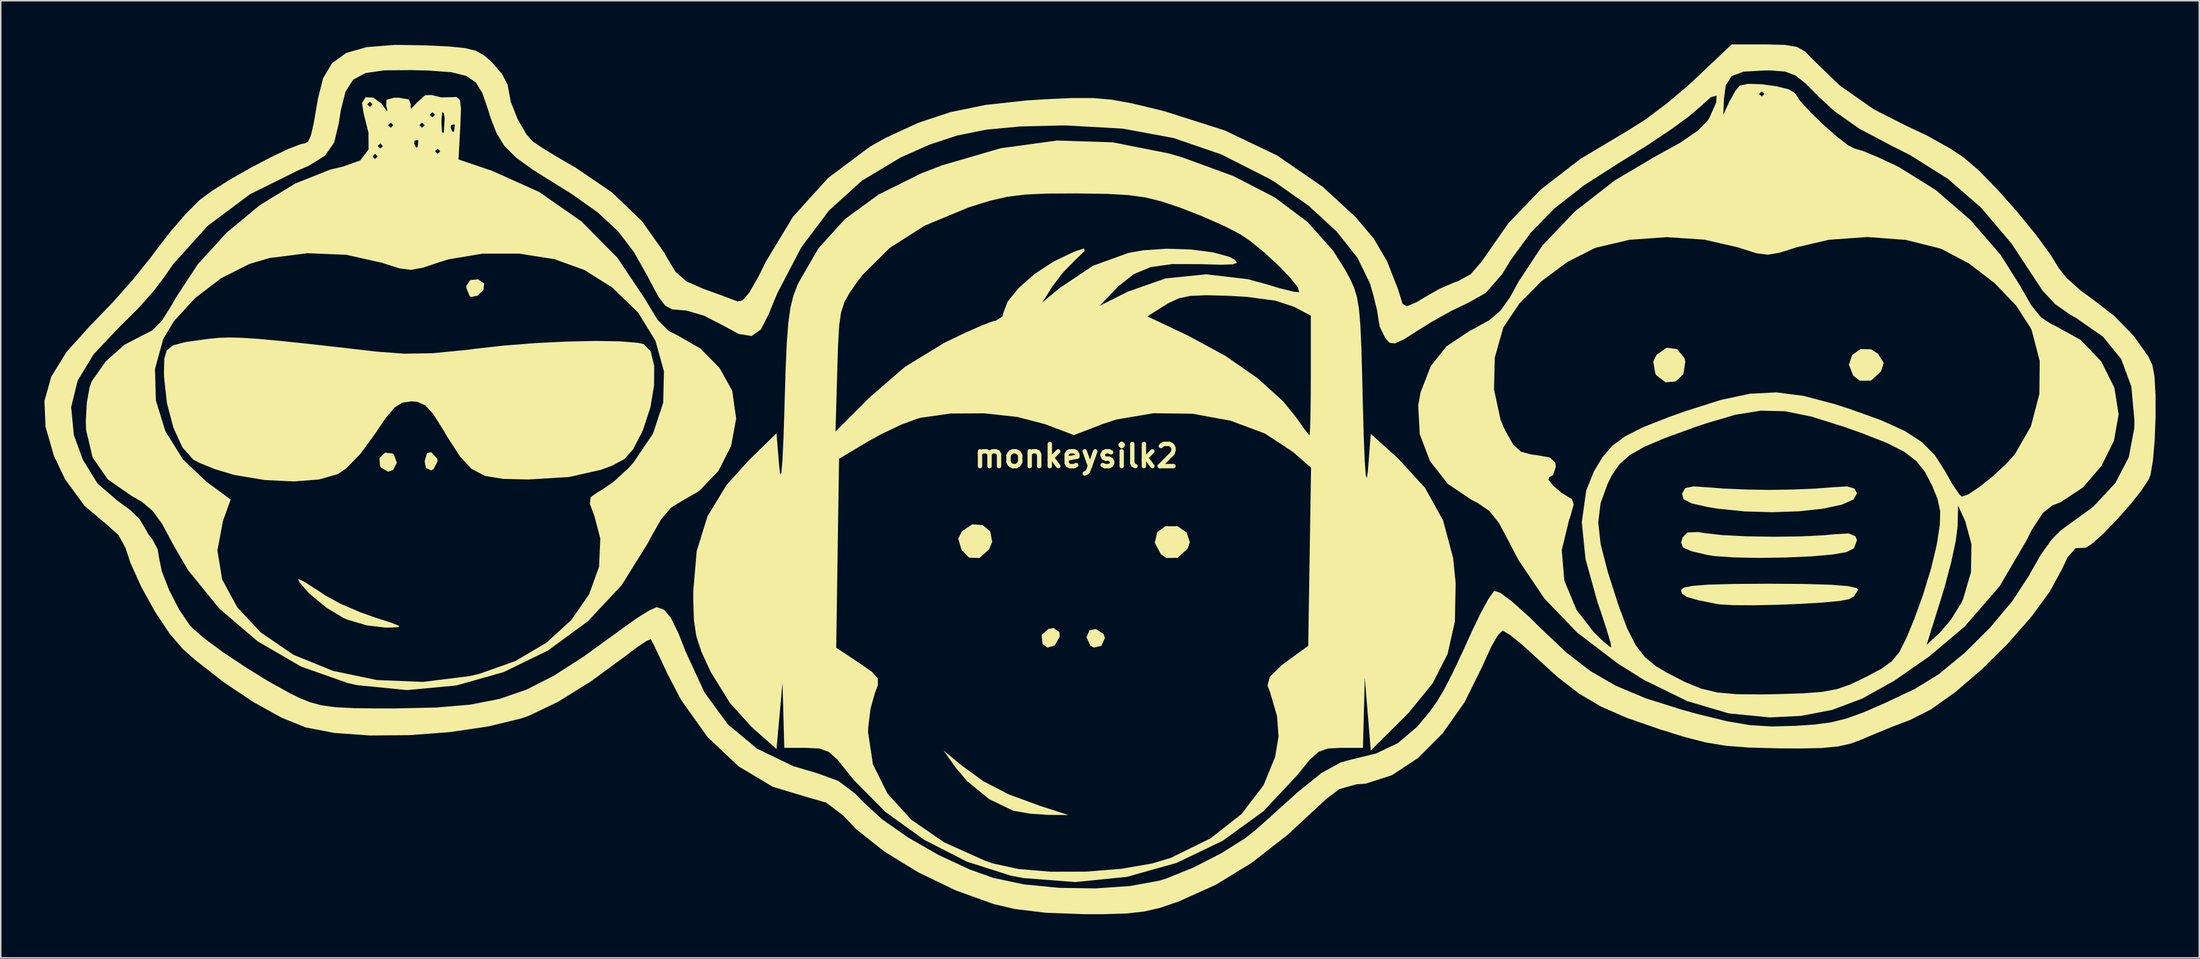
<source format=kicad_pcb>
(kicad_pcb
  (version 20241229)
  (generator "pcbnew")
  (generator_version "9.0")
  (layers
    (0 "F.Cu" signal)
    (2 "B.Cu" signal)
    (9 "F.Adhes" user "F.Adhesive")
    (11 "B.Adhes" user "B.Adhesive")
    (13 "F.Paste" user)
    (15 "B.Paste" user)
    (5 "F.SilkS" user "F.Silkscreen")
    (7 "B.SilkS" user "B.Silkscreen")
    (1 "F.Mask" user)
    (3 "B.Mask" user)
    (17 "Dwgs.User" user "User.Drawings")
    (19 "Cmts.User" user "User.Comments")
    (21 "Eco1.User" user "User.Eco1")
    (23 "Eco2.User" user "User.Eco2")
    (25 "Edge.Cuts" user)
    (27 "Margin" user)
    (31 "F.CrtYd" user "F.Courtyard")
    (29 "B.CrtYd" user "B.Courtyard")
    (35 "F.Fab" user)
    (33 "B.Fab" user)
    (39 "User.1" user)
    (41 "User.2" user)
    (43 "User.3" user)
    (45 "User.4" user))
  (footprint "monkeysilk2"
    (layer "F.Cu")
    (at 70.808 28.262)
    (property "Reference" "monkeysilk2" (at 0 0 0) (layer "F.SilkS") (effects (font (size 1.524 1.524) (thickness 0.3))))
    (attr board_only exclude_from_pos_files exclude_from_bom)
    (fp_poly (pts (xy -43.856 0.171) (xy -43.824 0.358) (xy -44.106 0.895) (xy -44.271 0.984) (xy -44.63 0.818) (xy -44.718 0.358) (xy -44.553 -0.21) (xy -44.271 -0.268)) (stroke (width 0) (type solid)) (fill yes) (layer "F.SilkS"))
    (fp_poly (pts (xy -1.153 12.079) (xy -1.136 12.402) (xy -1.467 12.998) (xy -1.976 13.152) (xy -2.314 12.898) (xy -2.373 12.284) (xy -1.903 11.862) (xy -1.563 11.806)) (stroke (width 0) (type solid)) (fill yes) (layer "F.SilkS"))
    (fp_poly (pts (xy 1.874 12.215) (xy 1.968 12.496) (xy 1.72 13.029) (xy 1.206 13.15) (xy 0.961 13.006) (xy 0.703 12.433) (xy 0.904 11.965) (xy 1.342 11.874)) (stroke (width 0) (type solid)) (fill yes) (layer "F.SilkS"))
    (fp_poly (pts (xy -46.923 -0.183) (xy -46.824 -0.103) (xy -46.624 0.461) (xy -46.885 0.96) (xy -47.223 1.073) (xy -47.681 0.813) (xy -47.778 0.684) (xy -47.82 0.139) (xy -47.442 -0.227)) (stroke (width 0) (type solid)) (fill yes) (layer "F.SilkS"))
    (fp_poly (pts (xy -40.629 -11.846) (xy -40.681 -11.413) (xy -41.082 -11.015) (xy -41.532 -10.917) (xy -41.621 -10.974) (xy -41.843 -11.513) (xy -41.856 -11.686) (xy -41.592 -12.081) (xy -41.05 -12.135)) (stroke (width 0) (type solid)) (fill yes) (layer "F.SilkS"))
    (fp_poly (pts (xy -6.419 4.737) (xy -5.898 5.18) (xy -5.77 5.887) (xy -5.974 6.399) (xy -6.643 7) (xy -7.364 6.97) (xy -7.871 6.438) (xy -8.095 5.683) (xy -7.851 5.164) (xy -7.136 4.689)) (stroke (width 0) (type solid)) (fill yes) (layer "F.SilkS"))
    (fp_poly (pts (xy 6.955 4.818) (xy 7.577 5.248) (xy 7.795 5.914) (xy 7.647 6.357) (xy 6.955 6.99) (xy 6.18 6.995) (xy 5.806 6.736) (xy 5.394 5.959) (xy 5.554 5.223) (xy 6.122 4.817)) (stroke (width 0) (type solid)) (fill yes) (layer "F.SilkS"))
    (fp_poly (pts (xy 54.555 -7.33) (xy 55.025 -7.018) (xy 55.413 -6.401) (xy 55.227 -5.807) (xy 54.537 -5.174) (xy 53.771 -5.174) (xy 53.321 -5.525) (xy 53.023 -6.282) (xy 53.252 -6.944) (xy 53.824 -7.347)) (stroke (width 0) (type solid)) (fill yes) (layer "F.SilkS"))
    (fp_poly (pts (xy 41.245 -7.339) (xy 41.739 -6.728) (xy 41.798 -6.476) (xy 41.667 -5.623) (xy 41.141 -5.122) (xy 40.45 -5.063) (xy 39.821 -5.534) (xy 39.736 -5.675) (xy 39.6 -6.498) (xy 39.837 -6.966) (xy 40.521 -7.44)) (stroke (width 0) (type solid)) (fill yes) (layer "F.SilkS"))
    (fp_poly (pts (xy -7.908 21.209) (xy -6.352 22.339) (xy -4.608 23.237) (xy -2.504 24.011) (xy -0.537 24.646) (xy -1.968 24.635) (xy -3.175 24.551) (xy -4.254 24.363) (xy -4.368 24.331) (xy -5.977 23.555) (xy -7.496 22.311) (xy -8.294 21.361) (xy -9.105 20.213)) (stroke (width 0) (type solid)) (fill yes) (layer "F.SilkS"))
    (fp_poly (pts (xy -53.021 8.602) (xy -52.117 9.177) (xy -51.549 9.559) (xy -50.525 10.123) (xy -49.16 10.715) (xy -48.15 11.074) (xy -46.993 11.447) (xy -46.464 11.655) (xy -46.512 11.748) (xy -47.083 11.774) (xy -47.401 11.778) (xy -48.683 11.624) (xy -50.024 11.23) (xy -50.263 11.127) (xy -51.469 10.402) (xy -52.6 9.465) (xy -52.768 9.291) (xy -53.307 8.668) (xy -53.404 8.435)) (stroke (width 0) (type solid)) (fill yes) (layer "F.SilkS"))
    (fp_poly (pts (xy 43.299 2.145) (xy 44.489 2.235) (xy 46.049 2.299) (xy 47.58 2.323) (xy 49.17 2.298) (xy 50.723 2.233) (xy 51.862 2.145) (xy 52.893 2.084) (xy 53.409 2.23) (xy 53.58 2.554) (xy 53.339 2.986) (xy 52.512 3.344) (xy 51.225 3.616) (xy 49.605 3.79) (xy 47.779 3.855) (xy 45.872 3.8) (xy 44.011 3.611) (xy 43.356 3.504) (xy 42.224 3.246) (xy 41.674 2.96) (xy 41.577 2.576) (xy 41.579 2.563) (xy 41.794 2.199) (xy 42.359 2.081)) (stroke (width 0) (type solid)) (fill yes) (layer "F.SilkS"))
    (fp_poly (pts (xy 43.179 5.296) (xy 44.353 5.428) (xy 46 5.51) (xy 47.878 5.539) (xy 49.748 5.514) (xy 51.369 5.433) (xy 52.043 5.366) (xy 53.008 5.312) (xy 53.468 5.503) (xy 53.581 5.767) (xy 53.373 6.327) (xy 52.874 6.589) (xy 51.908 6.759) (xy 50.441 6.886) (xy 48.686 6.964) (xy 46.856 6.991) (xy 45.165 6.96) (xy 43.826 6.868) (xy 43.327 6.792) (xy 42.201 6.526) (xy 41.642 6.278) (xy 41.511 5.95) (xy 41.615 5.58) (xy 41.942 5.246) (xy 42.666 5.217)) (stroke (width 0) (type solid)) (fill yes) (layer "F.SilkS"))
    (fp_poly (pts (xy 50.026 8.782) (xy 51.806 8.835) (xy 52.967 8.928) (xy 53.559 9.063) (xy 53.662 9.174) (xy 53.372 9.631) (xy 53.036 9.826) (xy 52.39 9.947) (xy 51.219 10.057) (xy 49.713 10.147) (xy 48.063 10.212) (xy 46.458 10.245) (xy 45.09 10.237) (xy 44.148 10.182) (xy 44.003 10.161) (xy 42.674 9.895) (xy 41.909 9.674) (xy 41.566 9.443) (xy 41.499 9.205) (xy 41.686 9.034) (xy 42.295 8.91) (xy 43.398 8.827) (xy 45.068 8.781) (xy 47.375 8.765) (xy 47.58 8.765)) (stroke (width 0) (type solid)) (fill yes) (layer "F.SilkS"))
    (fp_poly (pts (xy -57.29 -8.121) (xy -56.159 -8.047) (xy -54.676 -7.912) (xy -52.744 -7.71) (xy -50.269 -7.431) (xy -48.069 -7.177) (xy -46.13 -7.029) (xy -44.163 -7.062) (xy -41.871 -7.285) (xy -41.272 -7.363) (xy -39.289 -7.586) (xy -37.144 -7.754) (xy -34.995 -7.861) (xy -32.999 -7.904) (xy -31.313 -7.877) (xy -30.096 -7.777) (xy -29.691 -7.691) (xy -29.201 -7.189) (xy -28.962 -6.186) (xy -28.971 -4.849) (xy -29.223 -3.346) (xy -29.715 -1.844) (xy -29.84 -1.561) (xy -30.413 -0.46) (xy -31.004 0.205) (xy -31.876 0.67) (xy -32.609 0.94) (xy -34.8 1.437) (xy -37.577 1.606) (xy -37.615 1.606) (xy -39.344 1.566) (xy -40.57 1.364) (xy -41.488 0.889) (xy -42.289 0.028) (xy -43.166 -1.33) (xy -43.435 -1.786) (xy -44.129 -2.89) (xy -44.676 -3.49) (xy -45.236 -3.728) (xy -45.636 -3.756) (xy -46.247 -3.669) (xy -46.79 -3.323) (xy -47.406 -2.589) (xy -48.117 -1.531) (xy -49.112 -0.171) (xy -50.089 0.838) (xy -50.675 1.242) (xy -51.969 1.607) (xy -53.719 1.741) (xy -55.706 1.643) (xy -57.709 1.31) (xy -57.842 1.278) (xy -59.1 0.902) (xy -60.205 0.453) (xy -60.6 0.236) (xy -61.335 -0.592) (xy -61.956 -1.942) (xy -62.399 -3.618) (xy -62.6 -5.428) (xy -62.606 -5.765) (xy -62.582 -6.679) (xy -62.417 -7.259) (xy -61.972 -7.608) (xy -61.108 -7.831) (xy -59.685 -8.03) (xy -59.531 -8.049) (xy -58.88 -8.115) (xy -58.166 -8.141)) (stroke (width 0) (type solid)) (fill yes) (layer "F.SilkS"))
    (fp_poly (pts (xy -43.576 -24.624) (xy -42.99 -24.636) (xy -42.534 -24.654) (xy -42.297 -24.454) (xy -42.224 -23.877) (xy -42.263 -22.766) (xy -42.274 -22.554) (xy -42.393 -20.365) (xy -40.059 -19.573) (xy -36.849 -18.127) (xy -33.956 -16.111) (xy -31.492 -13.622) (xy -29.571 -10.753) (xy -29.514 -10.646) (xy -28.732 -9.356) (xy -27.964 -8.589) (xy -27.307 -8.255) (xy -25.786 -7.382) (xy -24.476 -6.048) (xy -23.623 -4.507) (xy -23.603 -4.445) (xy -23.338 -2.573) (xy -23.684 -0.691) (xy -24.56 1.027) (xy -25.887 2.406) (xy -27.068 3.088) (xy -27.812 3.547) (xy -28.489 4.345) (xy -29.226 5.636) (xy -29.399 5.983) (xy -31.206 8.878) (xy -33.521 11.348) (xy -36.249 13.347) (xy -39.29 14.83) (xy -42.549 15.752) (xy -45.928 16.067) (xy -49.329 15.73) (xy -49.987 15.585) (xy -53.194 14.455) (xy -56.172 12.722) (xy -58.8 10.481) (xy -60.955 7.83) (xy -61.991 6.043) (xy -62.73 4.663) (xy -63.385 3.76) (xy -64.121 3.139) (xy -64.795 2.757) (xy -66.46 1.599) (xy -67.501 0.102) (xy -67.949 -1.783) (xy -67.972 -2.402) (xy -67.899 -3.656) (xy -67.712 -4.721) (xy -67.57 -5.121) (xy -66.967 -5.98) (xy -63.223 -5.98) (xy -63.16 -3.817) (xy -62.506 -1.701) (xy -61.302 0.229) (xy -59.692 1.76) (xy -58.03 2.984) (xy -58.553 4.443) (xy -58.939 6.486) (xy -58.614 8.466) (xy -57.579 10.379) (xy -55.963 12.11) (xy -53.701 13.652) (xy -50.999 14.75) (xy -47.996 15.376) (xy -44.831 15.505) (xy -41.644 15.11) (xy -40.968 14.953) (xy -38.483 14.072) (xy -36.358 12.813) (xy -34.654 11.26) (xy -33.43 9.493) (xy -32.746 7.596) (xy -32.662 5.651) (xy -33.073 4.102) (xy -33.38 3.274) (xy -33.323 2.822) (xy -32.825 2.467) (xy -32.59 2.343) (xy -31.739 1.753) (xy -30.774 0.874) (xy -30.417 0.491) (xy -29.045 -1.539) (xy -28.344 -3.67) (xy -28.294 -5.821) (xy -28.875 -7.91) (xy -30.067 -9.855) (xy -31.847 -11.577) (xy -33.761 -12.779) (xy -35.816 -13.52) (xy -38.231 -13.898) (xy -40.738 -13.899) (xy -43.073 -13.508) (xy -43.694 -13.315) (xy -44.85 -12.93) (xy -45.652 -12.786) (xy -46.416 -12.88) (xy -47.462 -13.208) (xy -47.629 -13.266) (xy -50.082 -13.818) (xy -52.759 -13.927) (xy -55.355 -13.597) (xy -56.75 -13.188) (xy -58.682 -12.21) (xy -60.473 -10.843) (xy -61.918 -9.266) (xy -62.652 -8.049) (xy -63.223 -5.98) (xy -66.967 -5.98) (xy -66.601 -6.5) (xy -65.326 -7.637) (xy -64.164 -8.245) (xy -63.399 -8.628) (xy -62.731 -9.315) (xy -62.01 -10.473) (xy -61.808 -10.847) (xy -60.279 -13.176) (xy -58.301 -15.342) (xy -56.026 -17.226) (xy -53.605 -18.709) (xy -51.191 -19.671) (xy -50.343 -19.869) (xy -49.142 -20.294) (xy -48.931 -20.57) (xy -48.296 -20.57) (xy -48.117 -20.392) (xy -47.938 -20.57) (xy -48.117 -20.749) (xy -48.296 -20.57) (xy -48.931 -20.57) (xy -48.658 -20.928) (xy -44.003 -20.928) (xy -43.824 -20.749) (xy -43.645 -20.928) (xy -43.824 -21.107) (xy -44.003 -20.928) (xy -48.658 -20.928) (xy -48.564 -21.051) (xy -48.566 -21.286) (xy -47.938 -21.286) (xy -47.759 -21.107) (xy -47.58 -21.286) (xy -47.759 -21.465) (xy -45.434 -21.465) (xy -45.303 -21.17) (xy -45.195 -21.226) (xy -45.152 -21.651) (xy -45.195 -21.703) (xy -45.408 -21.654) (xy -45.434 -21.465) (xy -47.759 -21.465) (xy -47.938 -21.286) (xy -48.566 -21.286) (xy -48.571 -22.202) (xy -48.665 -22.579) (xy -48.7 -22.717) (xy -47.223 -22.717) (xy -47.044 -22.538) (xy -46.865 -22.717) (xy -45.076 -22.717) (xy -44.897 -22.538) (xy -44.718 -22.717) (xy -44.897 -22.896) (xy -43.562 -22.896) (xy -43.525 -22.245) (xy -43.432 -22.168) (xy -43.398 -22.27) (xy -43.382 -22.538) (xy -42.93 -22.538) (xy -42.799 -22.244) (xy -42.691 -22.3) (xy -42.648 -22.724) (xy -42.691 -22.777) (xy -42.904 -22.727) (xy -42.93 -22.538) (xy -43.382 -22.538) (xy -43.343 -23.177) (xy -43.398 -23.522) (xy -43.502 -23.633) (xy -43.559 -23.139) (xy -43.562 -22.896) (xy -44.897 -22.896) (xy -45.076 -22.717) (xy -46.865 -22.717) (xy -47.044 -22.896) (xy -47.223 -22.717) (xy -48.7 -22.717) (xy -48.879 -23.432) (xy -44.361 -23.432) (xy -44.182 -23.254) (xy -44.003 -23.432) (xy -44.182 -23.611) (xy -44.361 -23.432) (xy -48.879 -23.432) (xy -48.901 -23.524) (xy -49.002 -24.148) (xy -48.654 -24.148) (xy -48.475 -23.969) (xy -48.296 -24.148) (xy -48.475 -24.327) (xy -48.654 -24.148) (xy -49.002 -24.148) (xy -49.01 -24.2) (xy -49.011 -24.235) (xy -48.776 -24.632) (xy -48.246 -24.613) (xy -47.682 -24.209) (xy -47.571 -24.058) (xy -47.285 -23.651) (xy -47.299 -23.851) (xy -47.354 -24.034) (xy -47.334 -24.467) (xy -46.802 -24.607) (xy -46.518 -24.606) (xy -45.8 -24.485) (xy -45.657 -24.119) (xy -45.688 -24.005) (xy -45.654 -23.835) (xy -45.31 -24.197) (xy -45.274 -24.243) (xy -44.686 -24.77) (xy -44.247 -24.791)) (stroke (width 0) (type solid)) (fill yes) (layer "F.SilkS"))
    (fp_poly (pts (xy 2.498 -21.541) (xy 6.364 -20.775) (xy 7.334 -20.488) (xy 10.789 -19.222) (xy 13.61 -17.768) (xy 15.865 -16.079) (xy 17.622 -14.11) (xy 18.449 -12.803) (xy 18.806 -12.142) (xy 19.073 -11.549) (xy 19.267 -10.905) (xy 19.403 -10.094) (xy 19.497 -8.999) (xy 19.565 -7.503) (xy 19.623 -5.489) (xy 19.664 -3.756) (xy 19.728 -1.393) (xy 19.795 0.282) (xy 19.864 1.262) (xy 19.935 1.54) (xy 20.007 1.111) (xy 20.022 0.935) (xy 20.213 -1.528) (xy 22.073 0.147) (xy 23.93 2.175) (xy 25.174 4.414) (xy 25.865 6.994) (xy 26.038 8.726) (xy 25.985 11.36) (xy 25.484 13.589) (xy 24.461 15.602) (xy 22.843 17.589) (xy 22.4 18.041) (xy 20.214 20.213) (xy 20.008 17.708) (xy 19.802 15.204) (xy 19.739 17.619) (xy 19.676 20.034) (xy 18.14 20.034) (xy 17.262 20.08) (xy 16.626 20.31) (xy 16.015 20.858) (xy 15.212 21.858) (xy 15.208 21.864) (xy 12.847 24.386) (xy 10.035 26.422) (xy 6.874 27.936) (xy 3.471 28.89) (xy -0.07 29.247) (xy -3.645 28.971) (xy -4.507 28.804) (xy -7.511 27.844) (xy -10.443 26.342) (xy -13.102 24.424) (xy -15.29 22.213) (xy -15.566 21.864) (xy -16.369 20.861) (xy -16.981 20.312) (xy -17.617 20.081) (xy -18.493 20.034) (xy -18.497 20.034) (xy -20.034 20.034) (xy -20.096 17.798) (xy -20.157 15.562) (xy -20.364 17.835) (xy -20.57 20.109) (xy -22.257 18.621) (xy -23.766 16.952) (xy -25.055 14.872) (xy -25.119 14.745) (xy -25.716 13.451) (xy -25.813 13.159) (xy -16.472 13.159) (xy -14.92 14.187) (xy -14.023 14.81) (xy -13.621 15.253) (xy -13.609 15.719) (xy -13.822 16.283) (xy -14.114 17.334) (xy -14.275 18.623) (xy -14.286 18.961) (xy -13.953 21.159) (xy -12.952 23.173) (xy -11.313 24.971) (xy -9.066 26.52) (xy -6.244 27.788) (xy -5.724 27.968) (xy -3.958 28.353) (xy -1.744 28.538) (xy 0.682 28.531) (xy 3.083 28.338) (xy 5.224 27.968) (xy 6.491 27.587) (xy 9.212 26.25) (xy 11.343 24.577) (xy 12.857 22.595) (xy 13.648 20.654) (xy 13.885 19.243) (xy 13.776 17.84) (xy 13.291 16.177) (xy 13.128 15.741) (xy 13.283 15.159) (xy 14.094 14.363) (xy 14.421 14.116) (xy 15.92 13.028) (xy 16.017 6.916) (xy 16.115 0.804) (xy 14.884 -0.277) (xy 12.951 -1.547) (xy 10.584 -2.432) (xy 7.971 -2.906) (xy 5.299 -2.941) (xy 2.755 -2.51) (xy 1.799 -2.194) (xy -0.159 -1.439) (xy -2.137 -2.189) (xy -4.044 -2.686) (xy -6.31 -2.934) (xy -8.617 -2.922) (xy -10.648 -2.634) (xy -10.911 -2.566) (xy -12.016 -2.155) (xy -13.368 -1.512) (xy -14.31 -0.99) (xy -16.277 0.185) (xy -16.375 6.672) (xy -16.472 13.159) (xy -25.813 13.159) (xy -26.068 12.39) (xy -26.237 11.27) (xy -26.284 9.804) (xy -26.284 9.308) (xy -26.047 6.524) (xy -25.308 4.139) (xy -23.993 1.979) (xy -22.465 0.283) (xy -20.57 -1.565) (xy -20.382 0.738) (xy -20.307 1.291) (xy -20.233 1.133) (xy -20.16 0.269) (xy -20.087 -1.298) (xy -20.075 -1.687) (xy -16.519 -1.687) (xy -14.167 -4.039) (xy -11.769 -6.115) (xy -9.111 -7.743) (xy -8.907 -7.846) (xy -7.562 -8.493) (xy -6.426 -8.992) (xy -5.672 -9.269) (xy -5.504 -9.301) (xy -5.059 -9.586) (xy -5.058 -9.592) (xy 4.88 -9.592) (xy 7.717 -8.246) (xy 10.23 -6.882) (xy 12.439 -5.351) (xy 14.193 -3.764) (xy 15.059 -2.699) (xy 15.604 -1.926) (xy 15.956 -1.478) (xy 16.009 -1.433) (xy 16.044 -1.767) (xy 16.073 -2.674) (xy 16.092 -4.014) (xy 16.099 -5.536) (xy 16.099 -9.641) (xy 14.936 -10.254) (xy 13.659 -10.67) (xy 11.71 -10.931) (xy 10.554 -11) (xy 8.939 -11.044) (xy 7.836 -10.997) (xy 7.044 -10.831) (xy 6.363 -10.517) (xy 6.107 -10.362) (xy 4.88 -9.592) (xy -5.058 -9.592) (xy -5.008 -9.811) (xy -4.716 -10.592) (xy -3.944 -11.544) (xy -2.848 -12.51) (xy -1.583 -13.335) (xy -1.396 -13.433) (xy -0.133 -14.036) (xy 0.527 -14.257) (xy 0.582 -14.096) (xy 0.032 -13.554) (xy -0.04 -13.492) (xy -0.919 -12.593) (xy -1.649 -11.627) (xy -2.323 -10.554) (xy -1.114 -11.554) (xy 1.153 -13.069) (xy 3.571 -13.943) (xy 4.59 -14.126) (xy 6.187 -14.237) (xy 7.858 -14.184) (xy 9.379 -13.988) (xy 10.525 -13.674) (xy 10.88 -13.484) (xy 11.04 -13.277) (xy 10.749 -13.165) (xy 9.918 -13.137) (xy 8.559 -13.176) (xy 6.578 -13.181) (xy 5.107 -12.973) (xy 3.953 -12.495) (xy 2.927 -11.688) (xy 2.636 -11.394) (xy 1.61 -10.319) (xy 3.568 -11.3) (xy 6.122 -12.194) (xy 8.909 -12.479) (xy 11.772 -12.146) (xy 12.864 -11.85) (xy 14.041 -11.501) (xy 14.917 -11.286) (xy 15.305 -11.251) (xy 15.306 -11.252) (xy 15.196 -11.599) (xy 14.669 -12.258) (xy 13.863 -13.093) (xy 12.917 -13.967) (xy 11.972 -14.742) (xy 11.261 -15.228) (xy 10.157 -15.795) (xy 8.686 -16.446) (xy 7.161 -17.044) (xy 7.117 -17.06) (xy 5.874 -17.477) (xy 4.76 -17.755) (xy 3.566 -17.92) (xy 2.084 -18.003) (xy 0.106 -18.031) (xy 0 -18.032) (xy -2.004 -18.022) (xy -3.512 -17.954) (xy -4.741 -17.8) (xy -5.91 -17.532) (xy -7.237 -17.12) (xy -7.393 -17.068) (xy -10.395 -15.824) (xy -12.796 -14.295) (xy -14.67 -12.431) (xy -15.025 -11.963) (xy -15.556 -11.203) (xy -15.914 -10.56) (xy -16.139 -9.864) (xy -16.27 -8.946) (xy -16.345 -7.637) (xy -16.398 -5.954) (xy -16.519 -1.687) (xy -20.075 -1.687) (xy -20.016 -3.562) (xy -20.016 -3.577) (xy -19.943 -5.992) (xy -19.861 -7.815) (xy -19.756 -9.17) (xy -19.614 -10.181) (xy -19.421 -10.973) (xy -19.163 -11.668) (xy -19.065 -11.889) (xy -17.692 -14.262) (xy -15.883 -16.264) (xy -13.56 -17.958) (xy -10.647 -19.405) (xy -9.228 -19.955) (xy -5.185 -21.135) (xy -1.314 -21.663)) (stroke (width 0) (type solid)) (fill yes) (layer "F.SilkS"))
    (fp_poly (pts (xy 48.632 -28.231) (xy 49.456 -28.091) (xy 50.024 -27.772) (xy 50.5 -27.278) (xy 52.403 -25.439) (xy 54.736 -23.806) (xy 56.882 -22.715) (xy 58.392 -22.001) (xy 59.922 -21.147) (xy 60.895 -20.509) (xy 61.94 -19.605) (xy 63.221 -18.297) (xy 64.576 -16.771) (xy 65.848 -15.212) (xy 66.877 -13.805) (xy 67.407 -12.933) (xy 67.982 -12.207) (xy 68.937 -11.356) (xy 69.707 -10.802) (xy 71.222 -9.632) (xy 72.567 -8.254) (xy 73.553 -6.876) (xy 73.849 -6.261) (xy 73.996 -5.461) (xy 74.068 -4.191) (xy 74.07 -2.666) (xy 74.009 -1.101) (xy 73.891 0.288) (xy 73.723 1.286) (xy 73.621 1.572) (xy 73.099 2.366) (xy 72.317 3.348) (xy 71.409 4.374) (xy 70.508 5.304) (xy 69.748 5.993) (xy 69.262 6.3) (xy 69.196 6.299) (xy 68.585 6.325) (xy 68.03 6.955) (xy 67.646 7.767) (xy 66.814 9.303) (xy 65.533 11.049) (xy 63.94 12.868) (xy 62.172 14.622) (xy 60.369 16.174) (xy 58.667 17.387) (xy 57.239 18.112) (xy 55.848 18.644) (xy 54.376 19.254) (xy 54.02 19.41) (xy 53.187 19.73) (xy 52.294 19.935) (xy 51.165 20.044) (xy 49.623 20.077) (xy 48.149 20.065) (xy 46.152 20.012) (xy 44.598 19.893) (xy 43.215 19.665) (xy 41.732 19.283) (xy 40.055 18.762) (xy 37.8 17.979) (xy 36.026 17.206) (xy 34.515 16.315) (xy 33.045 15.178) (xy 31.565 13.829) (xy 30.582 12.937) (xy 29.769 12.282) (xy 29.283 11.989) (xy 29.25 11.985) (xy 28.94 12.292) (xy 28.475 13.104) (xy 27.951 14.252) (xy 27.887 14.406) (xy 26.652 16.899) (xy 25.147 19.033) (xy 23.456 20.73) (xy 21.667 21.91) (xy 19.863 22.491) (xy 19.213 22.538) (xy 18.058 22.864) (xy 17.181 23.522) (xy 14.515 25.997) (xy 12.033 27.932) (xy 9.594 29.424) (xy 7.059 30.569) (xy 6.949 30.611) (xy 5.768 31.014) (xy 4.664 31.269) (xy 3.416 31.407) (xy 1.804 31.455) (xy 0.618 31.454) (xy -2.063 31.358) (xy -4.21 31.099) (xy -5.669 30.757) (xy -8.293 29.811) (xy -10.853 28.573) (xy -13.174 27.147) (xy -15.076 25.639) (xy -15.998 24.673) (xy -17.165 23.791) (xy -18.301 23.465) (xy -20.831 22.705) (xy -23.187 21.294) (xy -25.306 19.285) (xy -27.124 16.732) (xy -28.017 15.025) (xy -28.559 13.867) (xy -28.977 12.993) (xy -29.189 12.579) (xy -29.195 12.571) (xy -29.505 12.7) (xy -30.197 13.169) (xy -30.836 13.655) (xy -33.297 15.464) (xy -35.565 16.873) (xy -37.53 17.817) (xy -38.1 18.017) (xy -40.388 18.571) (xy -43.019 18.956) (xy -45.79 19.162) (xy -48.493 19.183) (xy -50.925 19.008) (xy -52.88 18.63) (xy -52.887 18.628) (xy -54.537 17.96) (xy -56.482 16.88) (xy -58.533 15.508) (xy -60.505 13.963) (xy -61.301 13.258) (xy -62.225 12.182) (xy -63.228 10.67) (xy -64.171 8.965) (xy -64.915 7.313) (xy -65.249 6.292) (xy -65.72 5.434) (xy -66.499 4.729) (xy -68.059 3.418) (xy -69.391 1.593) (xy -70.155 -0.009) (xy -70.734 -2.011) (xy -70.79 -3.355) (xy -68.977 -3.355) (xy -68.789 -1.442) (xy -68.173 0.247) (xy -67.164 1.885) (xy -65.834 3.035) (xy -64.914 3.708) (xy -64.27 4.345) (xy -64.129 4.577) (xy -63.668 5.379) (xy -63.431 5.66) (xy -63.04 6.394) (xy -62.956 6.912) (xy -62.755 7.905) (xy -62.253 9.196) (xy -61.577 10.514) (xy -60.854 11.585) (xy -60.705 11.755) (xy -59.875 12.489) (xy -58.6 13.431) (xy -57.068 14.458) (xy -55.468 15.446) (xy -53.988 16.271) (xy -53.357 16.582) (xy -52.598 16.896) (xy -51.815 17.11) (xy -50.854 17.242) (xy -49.562 17.309) (xy -47.784 17.329) (xy -46.686 17.326) (xy -43.895 17.262) (xy -41.582 17.065) (xy -39.583 16.676) (xy -37.732 16.036) (xy -35.864 15.088) (xy -33.813 13.773) (xy -31.415 12.034) (xy -31.23 11.895) (xy -30.168 11.139) (xy -29.294 10.594) (xy -28.79 10.375) (xy -28.78 10.375) (xy -28.293 10.538) (xy -27.823 11.099) (xy -27.3 12.163) (xy -26.807 13.42) (xy -25.511 16.229) (xy -23.896 18.433) (xy -21.891 20.097) (xy -19.424 21.287) (xy -17.735 21.79) (xy -16.33 22.302) (xy -15.168 23.175) (xy -14.652 23.722) (xy -13.333 24.932) (xy -11.53 26.194) (xy -9.452 27.386) (xy -7.311 28.385) (xy -5.677 28.966) (xy -3.601 29.405) (xy -1.188 29.644) (xy 1.326 29.682) (xy 3.701 29.518) (xy 5.699 29.151) (xy 6.187 29.003) (xy 8.064 28.239) (xy 9.951 27.272) (xy 11.577 26.249) (xy 12.302 25.68) (xy 12.928 25.121) (xy 13.894 24.253) (xy 15.008 23.247) (xy 15.204 23.07) (xy 16.816 21.769) (xy 18.141 21.036) (xy 18.603 20.904) (xy 20.581 20.419) (xy 22.08 19.704) (xy 23.327 18.643) (xy 23.57 18.374) (xy 24.202 17.62) (xy 24.734 16.886) (xy 25.25 16.026) (xy 25.829 14.896) (xy 26.555 13.352) (xy 27.172 11.994) (xy 27.763 10.765) (xy 28.293 9.8) (xy 28.66 9.283) (xy 28.698 9.253) (xy 29.104 9.392) (xy 29.893 9.978) (xy 30.965 10.932) (xy 31.921 11.867) (xy 33.635 13.489) (xy 35.28 14.758) (xy 37.033 15.772) (xy 39.071 16.626) (xy 41.573 17.417) (xy 42.741 17.736) (xy 44.674 18.209) (xy 46.232 18.473) (xy 47.713 18.565) (xy 49.359 18.522) (xy 50.687 18.431) (xy 51.795 18.282) (xy 52.853 18.021) (xy 54.03 17.597) (xy 55.496 16.958) (xy 57.419 16.05) (xy 57.568 15.979) (xy 59.198 14.972) (xy 60.975 13.51) (xy 62.718 11.774) (xy 64.249 9.945) (xy 65.387 8.203) (xy 65.482 8.02) (xy 66.202 6.765) (xy 66.952 5.715) (xy 67.574 5.089) (xy 67.599 5.073) (xy 69.783 3.489) (xy 71.309 1.853) (xy 72.231 0.084) (xy 72.606 -1.902) (xy 72.621 -2.426) (xy 72.407 -4.777) (xy 71.712 -6.659) (xy 70.465 -8.193) (xy 68.594 -9.497) (xy 68.226 -9.695) (xy 67.171 -10.441) (xy 66.304 -11.372) (xy 66.187 -11.552) (xy 64.181 -14.595) (xy 62.103 -17.047) (xy 59.822 -19.032) (xy 57.21 -20.673) (xy 55.987 -21.287) (xy 53.745 -22.473) (xy 52.002 -23.703) (xy 50.992 -24.64) (xy 50.036 -25.597) (xy 49.332 -26.145) (xy 48.645 -26.398) (xy 47.739 -26.47) (xy 47.19 -26.473) (xy 45.803 -26.394) (xy 44.977 -26.087) (xy 44.572 -25.45) (xy 44.448 -24.506) (xy 44.405 -23.432) (xy 44.82 -24.327) (xy 45.118 -24.863) (xy 46.865 -24.863) (xy 47.044 -24.685) (xy 47.223 -24.863) (xy 47.044 -25.042) (xy 46.865 -24.863) (xy 45.118 -24.863) (xy 45.23 -25.066) (xy 45.534 -25.434) (xy 46.1 -25.556) (xy 47.031 -25.529) (xy 48.058 -25.389) (xy 48.912 -25.173) (xy 49.325 -24.918) (xy 49.327 -24.912) (xy 49.682 -24.383) (xy 50.397 -23.6) (xy 51.301 -22.724) (xy 52.225 -21.911) (xy 52.997 -21.32) (xy 53.434 -21.107) (xy 53.969 -20.955) (xy 54.949 -20.551) (xy 56.183 -19.975) (xy 56.486 -19.825) (xy 59.006 -18.251) (xy 61.391 -16.181) (xy 63.437 -13.815) (xy 64.761 -11.713) (xy 65.535 -10.356) (xy 66.215 -9.521) (xy 66.936 -9.05) (xy 67.112 -8.98) (xy 68.926 -7.977) (xy 70.339 -6.499) (xy 71.243 -4.693) (xy 71.534 -2.862) (xy 71.215 -1.052) (xy 70.352 0.685) (xy 69.083 2.157) (xy 67.549 3.173) (xy 67.014 3.373) (xy 66.345 3.896) (xy 65.581 5.057) (xy 65.19 5.829) (xy 63.371 8.933) (xy 60.984 11.689) (xy 58.577 13.728) (xy 56.12 15.437) (xy 53.941 16.649) (xy 51.873 17.428) (xy 49.751 17.837) (xy 47.604 17.943) (xy 44.773 17.665) (xy 41.935 16.823) (xy 38.985 15.381) (xy 37.183 14.256) (xy 34.364 12.106) (xy 32.127 9.778) (xy 30.339 7.123) (xy 29.689 5.872) (xy 29.001 4.584) (xy 28.348 3.768) (xy 27.545 3.214) (xy 27.163 3.029) (xy 25.498 1.912) (xy 24.276 0.345) (xy 23.574 -1.509) (xy 23.468 -3.491) (xy 23.634 -4.379) (xy 23.709 -4.571) (xy 28.67 -4.571) (xy 29.123 -2.477) (xy 29.425 -1.775) (xy 29.982 -0.796) (xy 30.517 -0.299) (xy 31.264 -0.099) (xy 31.571 -0.068) (xy 32.489 0.093) (xy 32.87 0.44) (xy 32.913 0.737) (xy 32.72 1.312) (xy 32.465 1.443) (xy 32.409 1.628) (xy 32.752 2.049) (xy 33.308 2.527) (xy 33.893 2.884) (xy 34.007 2.929) (xy 34.141 3.322) (xy 33.885 4.226) (xy 33.824 4.376) (xy 33.319 6.462) (xy 33.497 8.559) (xy 34.337 10.566) (xy 35.5 12.069) (xy 36.188 12.739) (xy 36.638 13.104) (xy 36.719 13.127) (xy 36.653 12.77) (xy 36.394 11.895) (xy 35.991 10.662) (xy 35.764 10.002) (xy 34.95 7.074) (xy 34.695 4.554) (xy 35.823 4.554) (xy 35.989 6.054) (xy 36.482 7.958) (xy 36.526 8.101) (xy 37.215 10.255) (xy 37.811 11.839) (xy 38.389 12.978) (xy 39.023 13.799) (xy 39.785 14.426) (xy 40.482 14.843) (xy 41.782 15.516) (xy 42.883 15.964) (xy 43.988 16.229) (xy 45.299 16.349) (xy 47.02 16.365) (xy 48.117 16.345) (xy 49.92 16.289) (xy 51.215 16.187) (xy 52.209 15.999) (xy 53.108 15.685) (xy 54.121 15.204) (xy 54.199 15.164) (xy 55.255 14.602) (xy 55.963 14.097) (xy 56.479 13.465) (xy 56.736 12.959) (xy 58.36 12.959) (xy 59.278 12.114) (xy 60.029 11.226) (xy 60.731 10.094) (xy 60.856 9.838) (xy 61.403 7.974) (xy 61.435 6.045) (xy 61.009 4.472) (xy 60.517 3.399) (xy 60.484 4.83) (xy 60.362 5.807) (xy 60.061 7.223) (xy 59.636 8.838) (xy 59.406 9.61) (xy 58.36 12.959) (xy 56.736 12.959) (xy 56.959 12.519) (xy 57.491 11.239) (xy 58.107 9.548) (xy 58.658 7.739) (xy 59.034 6.179) (xy 59.057 6.058) (xy 59.266 4.714) (xy 59.289 3.773) (xy 59.105 2.942) (xy 58.75 2.063) (xy 58.255 1.102) (xy 57.653 0.344) (xy 56.816 -0.298) (xy 55.616 -0.908) (xy 53.927 -1.57) (xy 52.661 -2.017) (xy 50.457 -2.709) (xy 48.644 -3.077) (xy 46.982 -3.12) (xy 45.234 -2.836) (xy 43.159 -2.225) (xy 42.446 -1.981) (xy 40.435 -1.251) (xy 38.985 -0.637) (xy 37.973 -0.057) (xy 37.271 0.57) (xy 36.755 1.325) (xy 36.468 1.906) (xy 35.983 3.243) (xy 35.823 4.554) (xy 34.695 4.554) (xy 34.694 4.545) (xy 34.996 2.37) (xy 35.52 1.068) (xy 36.112 0.077) (xy 36.786 -0.705) (xy 37.675 -1.363) (xy 38.913 -1.987) (xy 40.633 -2.663) (xy 41.856 -3.098) (xy 44.25 -3.858) (xy 46.239 -4.281) (xy 48.052 -4.372) (xy 49.913 -4.133) (xy 52.05 -3.568) (xy 53.018 -3.256) (xy 55.22 -2.467) (xy 56.85 -1.73) (xy 58.039 -0.96) (xy 58.917 -0.071) (xy 59.616 1.022) (xy 59.643 1.073) (xy 60.18 2.014) (xy 60.617 2.642) (xy 60.771 2.782) (xy 61.219 2.631) (xy 61.992 2.115) (xy 62.912 1.375) (xy 63.799 0.555) (xy 64.423 -0.134) (xy 65.521 -2.06) (xy 66.096 -4.263) (xy 66.12 -6.528) (xy 65.568 -8.64) (xy 65.512 -8.765) (xy 64.507 -10.33) (xy 63.016 -11.881) (xy 61.248 -13.232) (xy 59.411 -14.201) (xy 59.265 -14.257) (xy 56.941 -14.84) (xy 54.304 -15.039) (xy 51.647 -14.85) (xy 49.445 -14.335) (xy 48.277 -13.963) (xy 47.466 -13.826) (xy 46.696 -13.921) (xy 45.646 -14.25) (xy 45.431 -14.324) (xy 43.127 -14.856) (xy 40.539 -15.03) (xy 37.96 -14.848) (xy 35.687 -14.312) (xy 35.538 -14.257) (xy 33.705 -13.328) (xy 31.924 -12.001) (xy 30.402 -10.46) (xy 29.349 -8.889) (xy 29.291 -8.765) (xy 28.724 -6.766) (xy 28.67 -4.571) (xy 23.709 -4.571) (xy 24.334 -6.186) (xy 25.408 -7.532) (xy 27.014 -8.605) (xy 27.287 -8.743) (xy 28.353 -9.333) (xy 29.113 -9.984) (xy 29.773 -10.913) (xy 30.351 -11.972) (xy 31.984 -14.446) (xy 34.224 -16.798) (xy 36.965 -18.931) (xy 39.639 -20.515) (xy 41.447 -21.513) (xy 42.658 -22.344) (xy 43.354 -23.065) (xy 43.466 -23.252) (xy 43.917 -24.277) (xy 43.943 -24.746) (xy 43.559 -24.642) (xy 42.794 -23.959) (xy 42.026 -23.305) (xy 40.797 -22.41) (xy 39.269 -21.386) (xy 37.602 -20.344) (xy 37.383 -20.213) (xy 34.83 -18.576) (xy 32.816 -16.998) (xy 31.194 -15.339) (xy 29.818 -13.46) (xy 29.235 -12.498) (xy 28.115 -11.209) (xy 26.936 -10.542) (xy 25.752 -9.975) (xy 24.367 -9.2) (xy 23.536 -8.682) (xy 22.506 -8.026) (xy 21.891 -7.736) (xy 21.52 -7.768) (xy 21.221 -8.077) (xy 21.212 -8.09) (xy 20.829 -8.881) (xy 20.749 -9.329) (xy 20.647 -9.997) (xy 20.386 -11.063) (xy 20.156 -11.854) (xy 19.306 -13.606) (xy 17.865 -15.422) (xy 15.937 -17.194) (xy 13.627 -18.813) (xy 13.223 -19.054) (xy 9.959 -20.709) (xy 6.68 -21.835) (xy 3.194 -22.482) (xy -0.691 -22.698) (xy -1.073 -22.698) (xy -3.867 -22.627) (xy -6.157 -22.412) (xy -8.151 -22.013) (xy -10.051 -21.387) (xy -12.035 -20.51) (xy -14.699 -18.912) (xy -16.963 -16.866) (xy -18.886 -14.302) (xy -20.528 -11.149) (xy -21.107 -9.74) (xy -21.644 -8.685) (xy -22.284 -8.243) (xy -23.16 -8.382) (xy -24.274 -8.987) (xy -25.548 -9.64) (xy -26.74 -9.989) (xy -27.075 -10.017) (xy -27.723 -10.07) (xy -28.204 -10.325) (xy -28.663 -10.924) (xy -29.245 -12.008) (xy -29.367 -12.253) (xy -30.358 -14.016) (xy -31.461 -15.454) (xy -32.841 -16.732) (xy -34.66 -18.017) (xy -35.611 -18.608) (xy -37.277 -19.649) (xy -38.441 -20.491) (xy -39.229 -21.275) (xy -39.771 -22.141) (xy -40.193 -23.227) (xy -40.378 -23.827) (xy -40.751 -24.912) (xy -41.199 -25.647) (xy -41.862 -26.103) (xy -42.878 -26.353) (xy -44.386 -26.466) (xy -45.594 -26.498) (xy -47.478 -26.484) (xy -48.779 -26.296) (xy -49.626 -25.839) (xy -50.147 -25.02) (xy -50.47 -23.746) (xy -50.607 -22.848) (xy -50.923 -21.533) (xy -51.553 -20.627) (xy -52.661 -19.932) (xy -53.304 -19.659) (xy -56.7 -17.978) (xy -59.604 -15.806) (xy -61.978 -13.172) (xy -62.588 -12.287) (xy -63.344 -11.292) (xy -64.42 -10.091) (xy -65.589 -8.935) (xy -65.637 -8.89) (xy -67.422 -7.002) (xy -68.528 -5.182) (xy -68.977 -3.355) (xy -70.79 -3.355) (xy -70.808 -3.784) (xy -70.339 -5.455) (xy -69.29 -7.15) (xy -67.625 -8.998) (xy -67.495 -9.126) (xy -66.131 -10.541) (xy -64.734 -12.122) (xy -63.547 -13.592) (xy -63.236 -14.013) (xy -62.217 -15.342) (xy -61.122 -16.611) (xy -60.177 -17.56) (xy -60.112 -17.616) (xy -59.264 -18.237) (xy -58.064 -18.988) (xy -56.684 -19.775) (xy -55.299 -20.504) (xy -54.082 -21.083) (xy -53.208 -21.418) (xy -52.952 -21.465) (xy -52.725 -21.573) (xy -52.531 -21.982) (xy -52.333 -22.823) (xy -52.091 -24.225) (xy -52.046 -24.506) (xy -51.688 -25.934) (xy -51.07 -26.975) (xy -50.103 -27.675) (xy -48.695 -28.078) (xy -46.757 -28.231) (xy -44.692 -28.2) (xy -43.049 -28.121) (xy -41.946 -28.011) (xy -41.205 -27.826) (xy -40.651 -27.52) (xy -40.108 -27.048) (xy -40.078 -27.02) (xy -39.394 -26.215) (xy -39.019 -25.484) (xy -38.994 -25.322) (xy -38.805 -24.322) (xy -38.336 -23.137) (xy -37.735 -22.09) (xy -37.291 -21.594) (xy -36.68 -21.184) (xy -35.656 -20.557) (xy -34.434 -19.845) (xy -34.344 -19.794) (xy -31.853 -18.096) (xy -29.782 -16.106) (xy -28.272 -13.961) (xy -28.149 -13.727) (xy -27.503 -12.657) (xy -26.75 -11.995) (xy -25.594 -11.484) (xy -25.556 -11.47) (xy -24.439 -11.067) (xy -23.549 -10.735) (xy -23.254 -10.619) (xy -22.895 -10.687) (xy -22.438 -11.218) (xy -21.826 -12.289) (xy -21.307 -13.336) (xy -19.438 -16.429) (xy -17.033 -19.089) (xy -14.167 -21.237) (xy -13.056 -21.86) (xy -10.84 -22.88) (xy -8.636 -23.612) (xy -6.232 -24.107) (xy -3.417 -24.415) (xy -2.146 -24.497) (xy -0.285 -24.582) (xy 1.153 -24.581) (xy 2.426 -24.47) (xy 3.796 -24.222) (xy 5.52 -23.809) (xy 6.103 -23.661) (xy 10.21 -22.349) (xy 13.786 -20.64) (xy 16.927 -18.478) (xy 19.184 -16.396) (xy 20.407 -14.946) (xy 21.33 -13.38) (xy 22.086 -11.449) (xy 22.391 -10.454) (xy 22.678 -10.282) (xy 23.365 -10.567) (xy 23.872 -10.88) (xy 24.943 -11.49) (xy 25.956 -11.928) (xy 26.19 -11.998) (xy 27.07 -12.487) (xy 27.823 -13.354) (xy 27.827 -13.361) (xy 29.651 -15.98) (xy 31.874 -18.295) (xy 34.602 -20.403) (xy 37.914 -22.382) (xy 39.078 -23.119) (xy 40.495 -24.183) (xy 41.924 -25.385) (xy 42.427 -25.847) (xy 44.98 -28.262) (xy 47.322 -28.262)) (stroke (width 0) (type solid)) (fill yes) (layer "F.SilkS")))
  (gr_rect
    (start -3 -3)
    (end 147.878 62.717)
    (stroke (width 0.1) (type default))
    (fill no)
    (layer "Edge.Cuts")))
</source>
